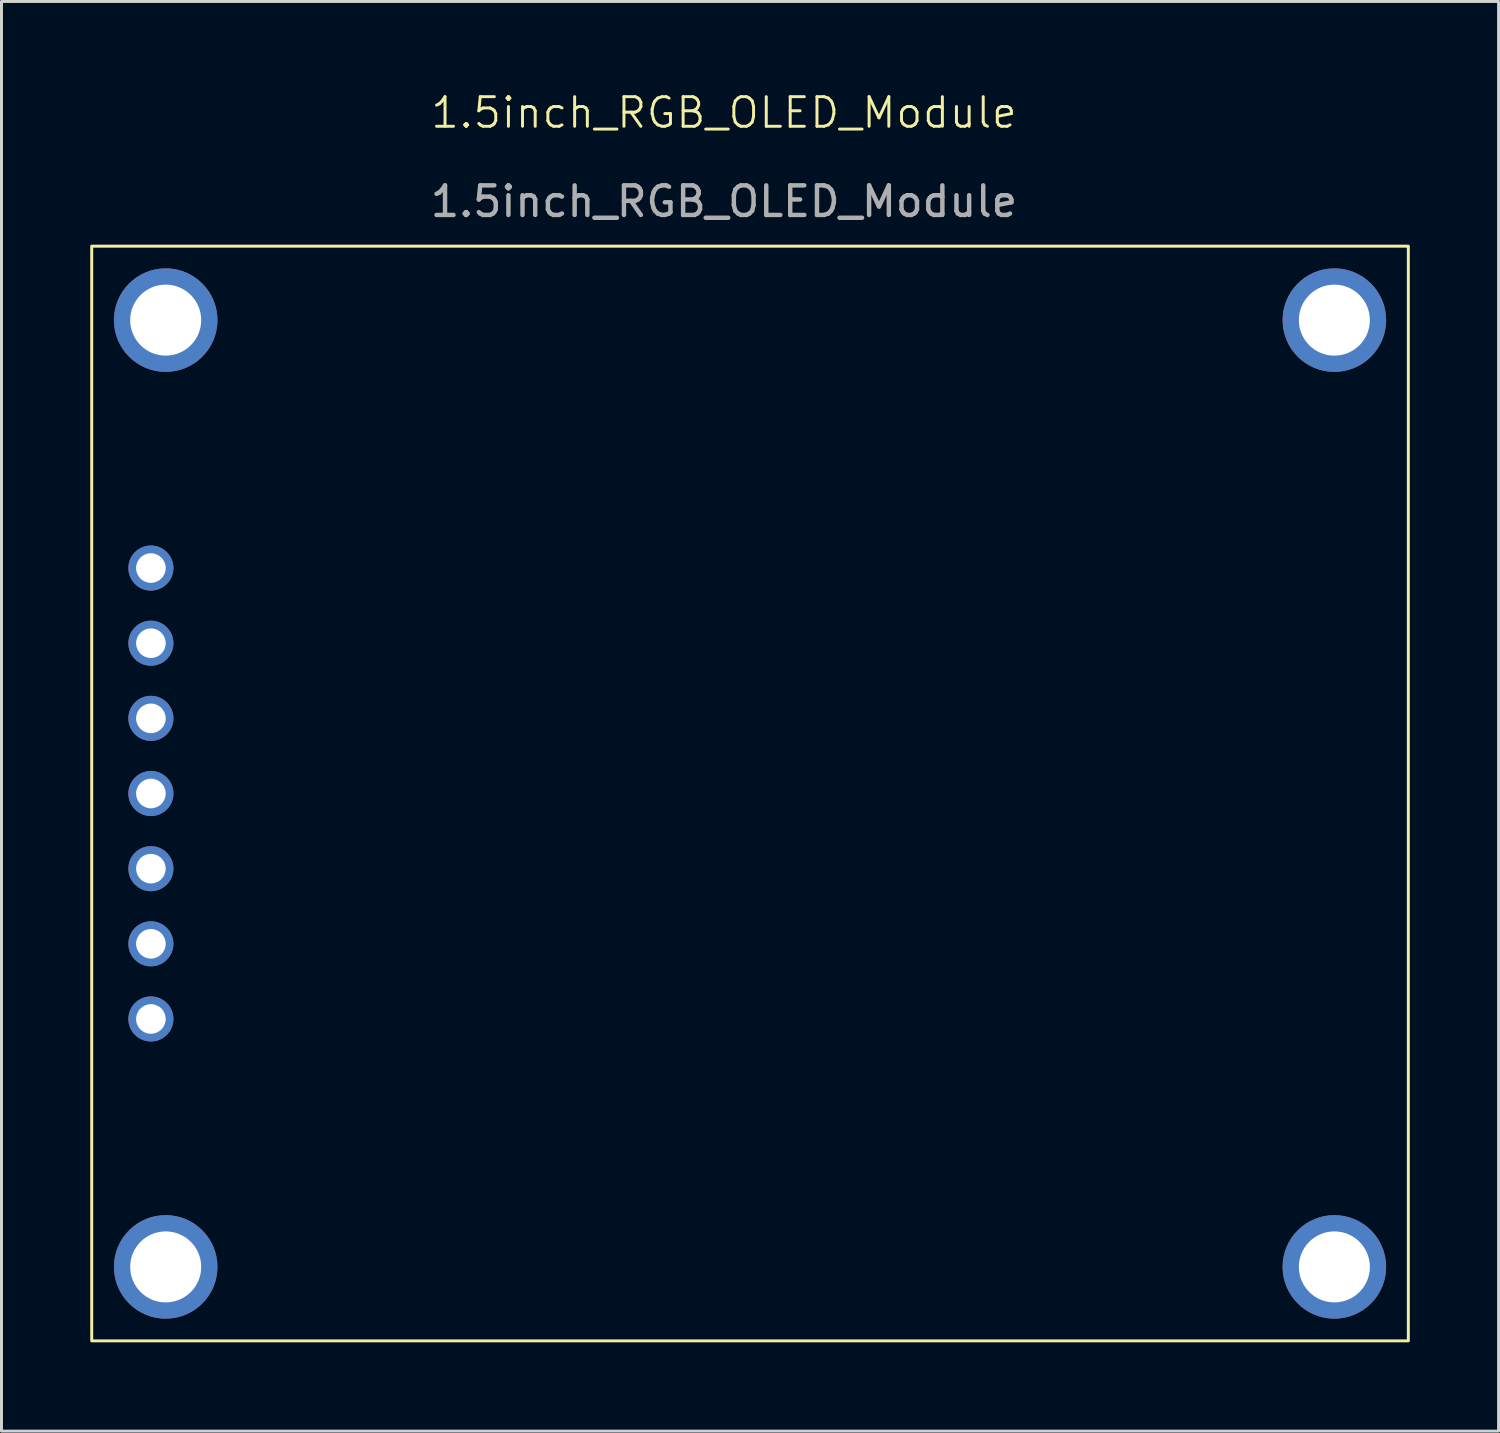
<source format=kicad_pcb>
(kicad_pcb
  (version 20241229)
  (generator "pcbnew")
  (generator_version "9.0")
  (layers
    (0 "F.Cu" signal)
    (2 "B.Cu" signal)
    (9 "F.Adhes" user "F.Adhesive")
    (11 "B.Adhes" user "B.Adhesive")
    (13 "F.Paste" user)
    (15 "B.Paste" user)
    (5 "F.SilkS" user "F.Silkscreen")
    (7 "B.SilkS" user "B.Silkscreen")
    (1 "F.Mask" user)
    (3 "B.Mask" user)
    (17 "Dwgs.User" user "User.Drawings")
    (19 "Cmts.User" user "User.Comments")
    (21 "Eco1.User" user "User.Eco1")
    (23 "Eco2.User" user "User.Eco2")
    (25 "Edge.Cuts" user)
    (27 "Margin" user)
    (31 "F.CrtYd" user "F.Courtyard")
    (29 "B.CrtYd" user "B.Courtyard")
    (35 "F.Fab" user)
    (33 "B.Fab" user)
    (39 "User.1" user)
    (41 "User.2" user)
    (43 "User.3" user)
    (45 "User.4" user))
  (footprint "1.5inch_RGB_OLED_Module"
    (layer "F.Cu")
    (at 22.3 23.77)
    (property "Reference" "1.5inch_RGB_OLED_Module" (at -0.88 -23.01 0) (unlocked yes) (layer "F.SilkS") (effects (font (size 1 1) (thickness 0.1))))
    (attr through_hole)
    (fp_rect (start -22.25 -18.5) (end 22.25 18.5) (stroke (width 0.1) (type default)) (fill no) (layer "F.SilkS"))
    (fp_text user "${REFERENCE}" (at -0.88 -20.01 0) (unlocked yes) (layer "F.Fab") (effects (font (size 1 1) (thickness 0.15))))
    (pad "" thru_hole circle (at -19.75 -16) (size 3.5 3.5) (drill 2.4) (layers "*.Cu" "*.Mask"))
    (pad "" thru_hole circle (at -19.75 16) (size 3.5 3.5) (drill 2.4) (layers "*.Cu" "*.Mask"))
    (pad "" thru_hole circle (at 19.75 -16) (size 3.5 3.5) (drill 2.4) (layers "*.Cu" "*.Mask"))
    (pad "" thru_hole circle (at 19.75 16) (size 3.5 3.5) (drill 2.4) (layers "*.Cu" "*.Mask"))
    (pad "1" thru_hole circle (at -20.25 -5.08) (size 1.524 1.524) (drill 1) (layers "*.Cu" "*.Mask"))
    (pad "2" thru_hole circle (at -20.25 -7.62) (size 1.524 1.524) (drill 1) (layers "*.Cu" "*.Mask"))
    (pad "3" thru_hole circle (at -20.25 0) (size 1.524 1.524) (drill 1) (layers "*.Cu" "*.Mask"))
    (pad "4" thru_hole circle (at -20.25 -2.54) (size 1.524 1.524) (drill 1) (layers "*.Cu" "*.Mask"))
    (pad "5" thru_hole circle (at -20.25 7.62) (size 1.524 1.524) (drill 1) (layers "*.Cu" "*.Mask"))
    (pad "6" thru_hole circle (at -20.25 5.08) (size 1.524 1.524) (drill 1) (layers "*.Cu" "*.Mask"))
    (pad "7" thru_hole circle (at -20.25 2.54) (size 1.524 1.524) (drill 1) (layers "*.Cu" "*.Mask")))
  (gr_rect
    (start -3 -3)
    (end 47.6 45.321)
    (stroke (width 0.1) (type default))
    (fill no)
    (layer "Edge.Cuts")))
</source>
